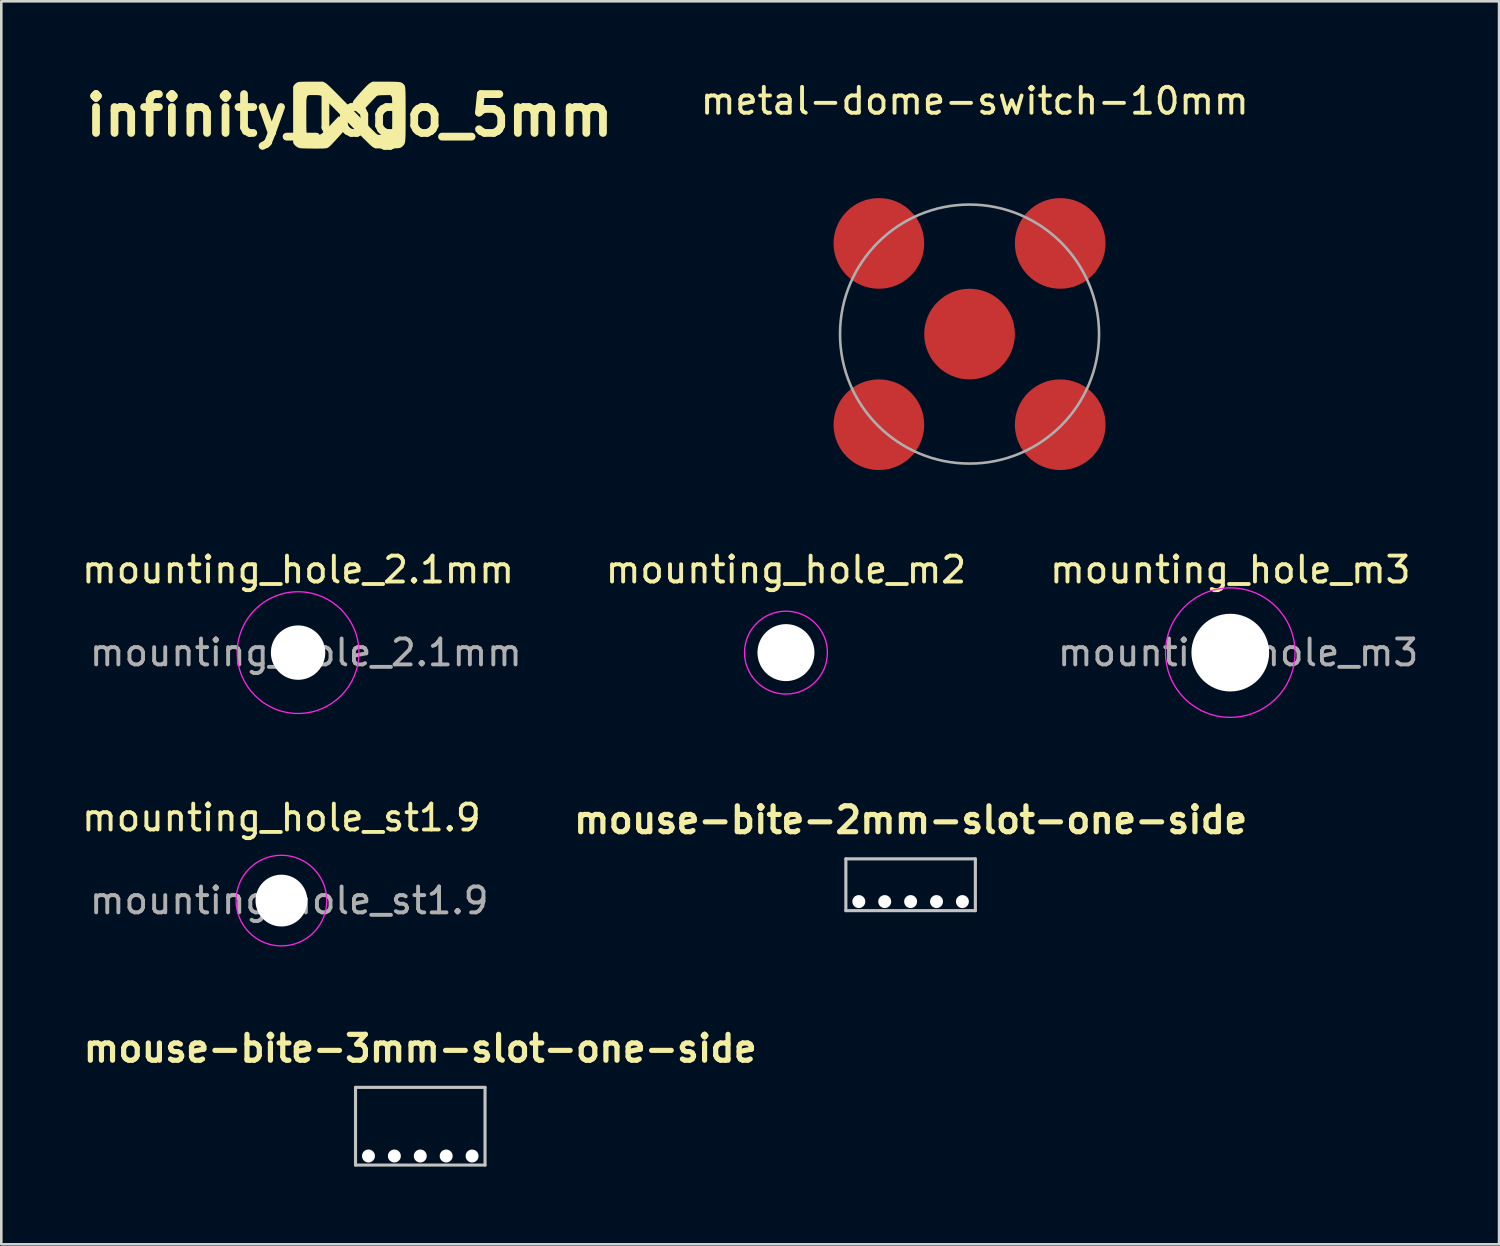
<source format=kicad_pcb>
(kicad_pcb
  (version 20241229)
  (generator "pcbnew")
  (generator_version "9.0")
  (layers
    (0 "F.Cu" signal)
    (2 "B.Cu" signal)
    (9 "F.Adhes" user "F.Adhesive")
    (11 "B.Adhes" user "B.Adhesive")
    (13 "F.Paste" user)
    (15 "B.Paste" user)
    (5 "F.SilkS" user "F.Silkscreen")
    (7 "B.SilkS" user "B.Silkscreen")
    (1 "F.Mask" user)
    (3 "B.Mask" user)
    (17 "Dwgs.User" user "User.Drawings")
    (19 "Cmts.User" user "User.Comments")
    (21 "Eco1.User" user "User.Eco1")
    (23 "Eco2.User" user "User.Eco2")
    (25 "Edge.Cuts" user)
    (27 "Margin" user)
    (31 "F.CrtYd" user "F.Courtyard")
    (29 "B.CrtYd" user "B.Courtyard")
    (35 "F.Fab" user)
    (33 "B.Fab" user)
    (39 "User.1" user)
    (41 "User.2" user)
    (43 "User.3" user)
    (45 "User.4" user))
  (footprint "metal-dome-switch-10mm"
    (layer "F.Cu")
    (at 34.382 9.848)
    (property "Reference" "metal-dome-switch-10mm" (at 0.2 -9 0) (unlocked yes) (layer "F.SilkS") (effects (font (size 1 1) (thickness 0.15))))
    (attr smd)
    (fp_circle (center 0 0) (end 5 0) (stroke (width 0.1) (type solid)) (fill no) (layer "F.Fab"))
    (pad "1" smd circle (at 0 0) (size 3.5 3.5) (layers "F.Cu" "F.Mask" "F.Paste"))
    (pad "2" smd circle (at -3.5 -3.5) (size 3.5 3.5) (layers "F.Cu" "F.Mask" "F.Paste"))
    (pad "2" smd circle (at -3.5 3.5) (size 3.5 3.5) (layers "F.Cu" "F.Mask" "F.Paste"))
    (pad "2" smd circle (at 3.5 -3.5) (size 3.5 3.5) (layers "F.Cu" "F.Mask" "F.Paste"))
    (pad "2" smd circle (at 3.5 3.5) (size 3.5 3.5) (layers "F.Cu" "F.Mask" "F.Paste")))
  (footprint "mouse-bite-2mm-slot-one-side"
    (layer "F.Cu")
    (at 32.107 31.108)
    (property "Reference" "mouse-bite-2mm-slot-one-side" (at 0 -2.5 0) (layer "F.SilkS") (effects (font (size 1 1) (thickness 0.2))))
    (attr through_hole)
    (fp_line (start -2.5 -1) (end 2.5 -1) (stroke (width 0.12) (type solid)) (layer "Dwgs.User"))
    (fp_line (start -2.5 1) (end -2.5 -1) (stroke (width 0.12) (type solid)) (layer "Dwgs.User"))
    (fp_line (start 2.5 -1) (end 2.5 1) (stroke (width 0.12) (type solid)) (layer "Dwgs.User"))
    (fp_line (start 2.5 1) (end -2.5 1) (stroke (width 0.12) (type solid)) (layer "Dwgs.User"))
    (pad "" np_thru_hole circle (at -2 0.65) (size 0.5 0.5) (drill 0.5) (layers "*.Cu" "*.Mask"))
    (pad "" np_thru_hole circle (at -1 0.65) (size 0.5 0.5) (drill 0.5) (layers "*.Cu" "*.Mask"))
    (pad "" np_thru_hole circle (at 0 0.65) (size 0.5 0.5) (drill 0.5) (layers "*.Cu" "*.Mask"))
    (pad "" np_thru_hole circle (at 1 0.65) (size 0.5 0.5) (drill 0.5) (layers "*.Cu" "*.Mask"))
    (pad "" np_thru_hole circle (at 2 0.65) (size 0.5 0.5) (drill 0.5) (layers "*.Cu" "*.Mask")))
  (footprint "mounting_hole_2.1mm"
    (layer "F.Cu")
    (at 8.458 22.146)
    (property "Reference" "mounting_hole_2.1mm" (at 0 -3.2 0) (layer "F.SilkS") (effects (font (size 1 1) (thickness 0.15))))
    (attr exclude_from_pos_files exclude_from_bom)
    (fp_circle (center 0 0) (end 2.35 0) (stroke (width 0.05) (type solid)) (fill no) (layer "F.CrtYd"))
    (fp_text user "${REFERENCE}" (at 0.3 0 0) (layer "F.Fab") (effects (font (size 1 1) (thickness 0.15))))
    (pad "" np_thru_hole circle (at 0 0) (size 2.1 2.1) (drill 2.1) (layers "*.Cu" "*.Mask")))
  (footprint "mouse-bite-3mm-slot-one-side"
    (layer "F.Cu")
    (at 13.176 40.431)
    (property "Reference" "mouse-bite-3mm-slot-one-side" (at 0 -3 0) (layer "F.SilkS") (effects (font (size 1 1) (thickness 0.2))))
    (attr through_hole)
    (fp_line (start -2.5 -1.5) (end 2.5 -1.5) (stroke (width 0.12) (type solid)) (layer "Dwgs.User"))
    (fp_line (start -2.5 1.5) (end -2.5 -1.5) (stroke (width 0.12) (type solid)) (layer "Dwgs.User"))
    (fp_line (start 2.5 -1.5) (end 2.5 1.5) (stroke (width 0.12) (type solid)) (layer "Dwgs.User"))
    (fp_line (start 2.5 1.5) (end -2.5 1.5) (stroke (width 0.12) (type solid)) (layer "Dwgs.User"))
    (pad "" np_thru_hole circle (at -2 1.15) (size 0.5 0.5) (drill 0.5) (layers "*.Cu" "*.Mask"))
    (pad "" np_thru_hole circle (at -1 1.15) (size 0.5 0.5) (drill 0.5) (layers "*.Cu" "*.Mask"))
    (pad "" np_thru_hole circle (at 0 1.15) (size 0.5 0.5) (drill 0.5) (layers "*.Cu" "*.Mask"))
    (pad "" np_thru_hole circle (at 1 1.15) (size 0.5 0.5) (drill 0.5) (layers "*.Cu" "*.Mask"))
    (pad "" np_thru_hole circle (at 2 1.15) (size 0.5 0.5) (drill 0.5) (layers "*.Cu" "*.Mask")))
  (footprint "infinity_logo_5mm"
    (layer "F.Cu")
    (at 10.443 1.404)
    (property "Reference" "infinity_logo_5mm" (at 0 0 0) (layer "F.SilkS") (effects (font (size 1.5 1.5) (thickness 0.3))))
    (attr board_only exclude_from_pos_files exclude_from_bom)
    (fp_poly (pts (xy 1.556 -1.3) (xy 1.682 -1.299) (xy 1.783 -1.296) (xy 1.862 -1.292) (xy 1.923 -1.286) (xy 1.969 -1.277) (xy 2.005 -1.265) (xy 2.034 -1.25) (xy 2.06 -1.23) (xy 2.073 -1.219) (xy 2.092 -1.202) (xy 2.108 -1.185) (xy 2.121 -1.167) (xy 2.132 -1.145) (xy 2.142 -1.115) (xy 2.149 -1.076) (xy 2.155 -1.025) (xy 2.159 -0.959) (xy 2.162 -0.876) (xy 2.164 -0.774) (xy 2.166 -0.649) (xy 2.166 -0.499) (xy 2.167 -0.322) (xy 2.167 -0.115) (xy 2.167 -0.044) (xy 2.167 0.176) (xy 2.166 0.365) (xy 2.166 0.525) (xy 2.165 0.661) (xy 2.163 0.773) (xy 2.159 0.865) (xy 2.155 0.938) (xy 2.15 0.997) (xy 2.142 1.042) (xy 2.133 1.077) (xy 2.122 1.105) (xy 2.109 1.128) (xy 2.093 1.148) (xy 2.074 1.168) (xy 2.07 1.172) (xy 2.042 1.201) (xy 2.016 1.224) (xy 1.988 1.241) (xy 1.953 1.255) (xy 1.908 1.264) (xy 1.848 1.27) (xy 1.77 1.273) (xy 1.669 1.275) (xy 1.541 1.275) (xy 1.458 1.275) (xy 0.992 1.275) (xy 0.904 1.226) (xy 0.881 1.211) (xy 0.847 1.183) (xy 0.801 1.142) (xy 0.742 1.086) (xy 0.668 1.014) (xy 0.579 0.926) (xy 0.472 0.819) (xy 0.348 0.693) (xy 0.204 0.546) (xy 0.039 0.377) (xy -0.104 0.229) (xy -0.264 0.066) (xy -0.414 -0.088) (xy -0.553 -0.229) (xy -0.679 -0.357) (xy -0.791 -0.469) (xy -0.888 -0.565) (xy -0.968 -0.643) (xy -1.029 -0.701) (xy -1.069 -0.738) (xy -1.087 -0.751) (xy -1.118 -0.765) (xy -1.155 -0.774) (xy -1.203 -0.78) (xy -1.271 -0.783) (xy -1.365 -0.783) (xy -1.371 -0.783) (xy -1.441 -0.784) (xy -1.498 -0.785) (xy -1.545 -0.784) (xy -1.583 -0.776) (xy -1.612 -0.761) (xy -1.633 -0.734) (xy -1.649 -0.694) (xy -1.659 -0.636) (xy -1.664 -0.559) (xy -1.667 -0.46) (xy -1.667 -0.336) (xy -1.667 -0.184) (xy -1.667 -0.013) (xy -1.667 0.157) (xy -1.666 0.298) (xy -1.666 0.411) (xy -1.664 0.501) (xy -1.663 0.569) (xy -1.66 0.621) (xy -1.657 0.657) (xy -1.652 0.683) (xy -1.646 0.7) (xy -1.639 0.713) (xy -1.635 0.719) (xy -1.62 0.735) (xy -1.601 0.747) (xy -1.572 0.754) (xy -1.527 0.759) (xy -1.46 0.762) (xy -1.394 0.764) (xy -1.306 0.766) (xy -1.244 0.765) (xy -1.199 0.762) (xy -1.165 0.754) (xy -1.133 0.741) (xy -1.101 0.724) (xy -1.061 0.697) (xy -1.008 0.652) (xy -0.94 0.587) (xy -0.854 0.5) (xy -0.75 0.389) (xy -0.723 0.36) (xy -0.643 0.274) (xy -0.57 0.197) (xy -0.507 0.131) (xy -0.458 0.08) (xy -0.425 0.047) (xy -0.412 0.036) (xy -0.392 0.043) (xy -0.357 0.071) (xy -0.312 0.112) (xy -0.263 0.162) (xy -0.215 0.213) (xy -0.174 0.261) (xy -0.146 0.3) (xy -0.14 0.312) (xy -0.12 0.388) (xy -0.121 0.461) (xy -0.136 0.505) (xy -0.152 0.527) (xy -0.188 0.569) (xy -0.239 0.629) (xy -0.305 0.703) (xy -0.38 0.787) (xy -0.462 0.878) (xy -0.469 0.885) (xy -0.57 0.995) (xy -0.651 1.082) (xy -0.716 1.149) (xy -0.767 1.197) (xy -0.807 1.23) (xy -0.837 1.25) (xy -0.85 1.256) (xy -0.875 1.264) (xy -0.906 1.271) (xy -0.949 1.275) (xy -1.006 1.279) (xy -1.082 1.281) (xy -1.182 1.282) (xy -1.308 1.282) (xy -1.388 1.282) (xy -1.513 1.281) (xy -1.631 1.279) (xy -1.736 1.276) (xy -1.823 1.273) (xy -1.887 1.269) (xy -1.923 1.265) (xy -1.925 1.264) (xy -2.023 1.225) (xy -2.105 1.157) (xy -2.135 1.119) (xy -2.175 1.061) (xy -2.175 -0.024) (xy -2.175 -1.108) (xy -2.137 -1.17) (xy -2.091 -1.223) (xy -2.03 -1.264) (xy -2.027 -1.265) (xy -2.005 -1.276) (xy -1.98 -1.284) (xy -1.95 -1.29) (xy -1.91 -1.294) (xy -1.856 -1.297) (xy -1.784 -1.299) (xy -1.689 -1.3) (xy -1.567 -1.3) (xy -1.49 -1.3) (xy -1.023 -1.3) (xy -0.936 -1.257) (xy -0.916 -1.244) (xy -0.889 -1.224) (xy -0.854 -1.195) (xy -0.809 -1.155) (xy -0.754 -1.102) (xy -0.685 -1.036) (xy -0.603 -0.954) (xy -0.505 -0.856) (xy -0.39 -0.74) (xy -0.257 -0.604) (xy -0.103 -0.447) (xy 0.07 -0.269) (xy 0.216 -0.12) (xy 0.355 0.023) (xy 0.488 0.158) (xy 0.611 0.283) (xy 0.722 0.396) (xy 0.82 0.495) (xy 0.904 0.578) (xy 0.97 0.644) (xy 1.017 0.69) (xy 1.044 0.714) (xy 1.047 0.717) (xy 1.071 0.733) (xy 1.095 0.744) (xy 1.125 0.752) (xy 1.168 0.756) (xy 1.23 0.758) (xy 1.317 0.758) (xy 1.345 0.758) (xy 1.44 0.758) (xy 1.506 0.757) (xy 1.551 0.754) (xy 1.58 0.748) (xy 1.599 0.739) (xy 1.613 0.725) (xy 1.618 0.719) (xy 1.626 0.708) (xy 1.632 0.693) (xy 1.638 0.673) (xy 1.642 0.643) (xy 1.645 0.6) (xy 1.647 0.541) (xy 1.648 0.463) (xy 1.649 0.363) (xy 1.65 0.238) (xy 1.65 0.084) (xy 1.65 -0.008) (xy 1.65 -0.177) (xy 1.65 -0.317) (xy 1.649 -0.429) (xy 1.648 -0.518) (xy 1.646 -0.586) (xy 1.644 -0.636) (xy 1.64 -0.673) (xy 1.636 -0.698) (xy 1.63 -0.716) (xy 1.623 -0.73) (xy 1.615 -0.741) (xy 1.579 -0.786) (xy 1.335 -0.78) (xy 1.237 -0.778) (xy 1.167 -0.774) (xy 1.119 -0.769) (xy 1.085 -0.762) (xy 1.062 -0.751) (xy 1.049 -0.742) (xy 1.025 -0.72) (xy 0.983 -0.677) (xy 0.926 -0.619) (xy 0.859 -0.548) (xy 0.785 -0.469) (xy 0.759 -0.442) (xy 0.682 -0.359) (xy 0.609 -0.28) (xy 0.543 -0.21) (xy 0.49 -0.153) (xy 0.454 -0.115) (xy 0.448 -0.109) (xy 0.384 -0.042) (xy 0.274 -0.15) (xy 0.222 -0.204) (xy 0.177 -0.254) (xy 0.147 -0.293) (xy 0.14 -0.303) (xy 0.121 -0.367) (xy 0.119 -0.445) (xy 0.133 -0.52) (xy 0.139 -0.538) (xy 0.157 -0.565) (xy 0.193 -0.613) (xy 0.245 -0.676) (xy 0.31 -0.753) (xy 0.384 -0.837) (xy 0.44 -0.9) (xy 0.542 -1.011) (xy 0.625 -1.098) (xy 0.692 -1.165) (xy 0.745 -1.213) (xy 0.787 -1.244) (xy 0.803 -1.254) (xy 0.887 -1.3) (xy 1.399 -1.3)) (stroke (width 0) (type solid)) (fill yes) (layer "F.SilkS")))
  (footprint "mounting_hole_m2"
    (layer "F.Cu")
    (at 27.294 22.146)
    (property "Reference" "mounting_hole_m2" (at 0 -3.2 0) (layer "F.SilkS") (effects (font (size 1 1) (thickness 0.15))))
    (attr exclude_from_pos_files exclude_from_bom)
    (fp_circle (center 0 0) (end 1.6 0) (stroke (width 0.05) (type solid)) (fill no) (layer "F.CrtYd"))
    (pad "" np_thru_hole circle (at 0 0) (size 2.2 2.2) (drill 2.2) (layers "*.Cu" "*.Mask")))
  (footprint "mounting_hole_m3"
    (layer "F.Cu")
    (at 44.449 22.146)
    (property "Reference" "mounting_hole_m3" (at 0 -3.2 0) (layer "F.SilkS") (effects (font (size 1 1) (thickness 0.15))))
    (attr exclude_from_pos_files exclude_from_bom)
    (fp_circle (center 0 0) (end 2.5 0) (stroke (width 0.05) (type solid)) (fill no) (layer "F.CrtYd"))
    (fp_text user "${REFERENCE}" (at 0.3 0 0) (layer "F.Fab") (effects (font (size 1 1) (thickness 0.15))))
    (pad "" np_thru_hole circle (at 0 0) (size 3 3) (drill 3) (layers "*.Cu" "*.Mask")))
  (footprint "mounting_hole_st1.9"
    (layer "F.Cu")
    (at 7.815 31.72)
    (property "Reference" "mounting_hole_st1.9" (at 0 -3.2 0) (layer "F.SilkS") (effects (font (size 1 1) (thickness 0.15))))
    (attr exclude_from_pos_files exclude_from_bom)
    (fp_circle (center 0 0) (end 1.75 0) (stroke (width 0.05) (type solid)) (fill no) (layer "F.CrtYd"))
    (fp_text user "${REFERENCE}" (at 0.3 0 0) (layer "F.Fab") (effects (font (size 1 1) (thickness 0.15))))
    (pad "" np_thru_hole circle (at 0 0) (size 2 2) (drill 2) (layers "*.Cu" "*.Mask")))
  (gr_rect
    (start -3 -3)
    (end 54.826 44.991)
    (stroke (width 0.1) (type default))
    (fill no)
    (layer "Edge.Cuts")))
</source>
